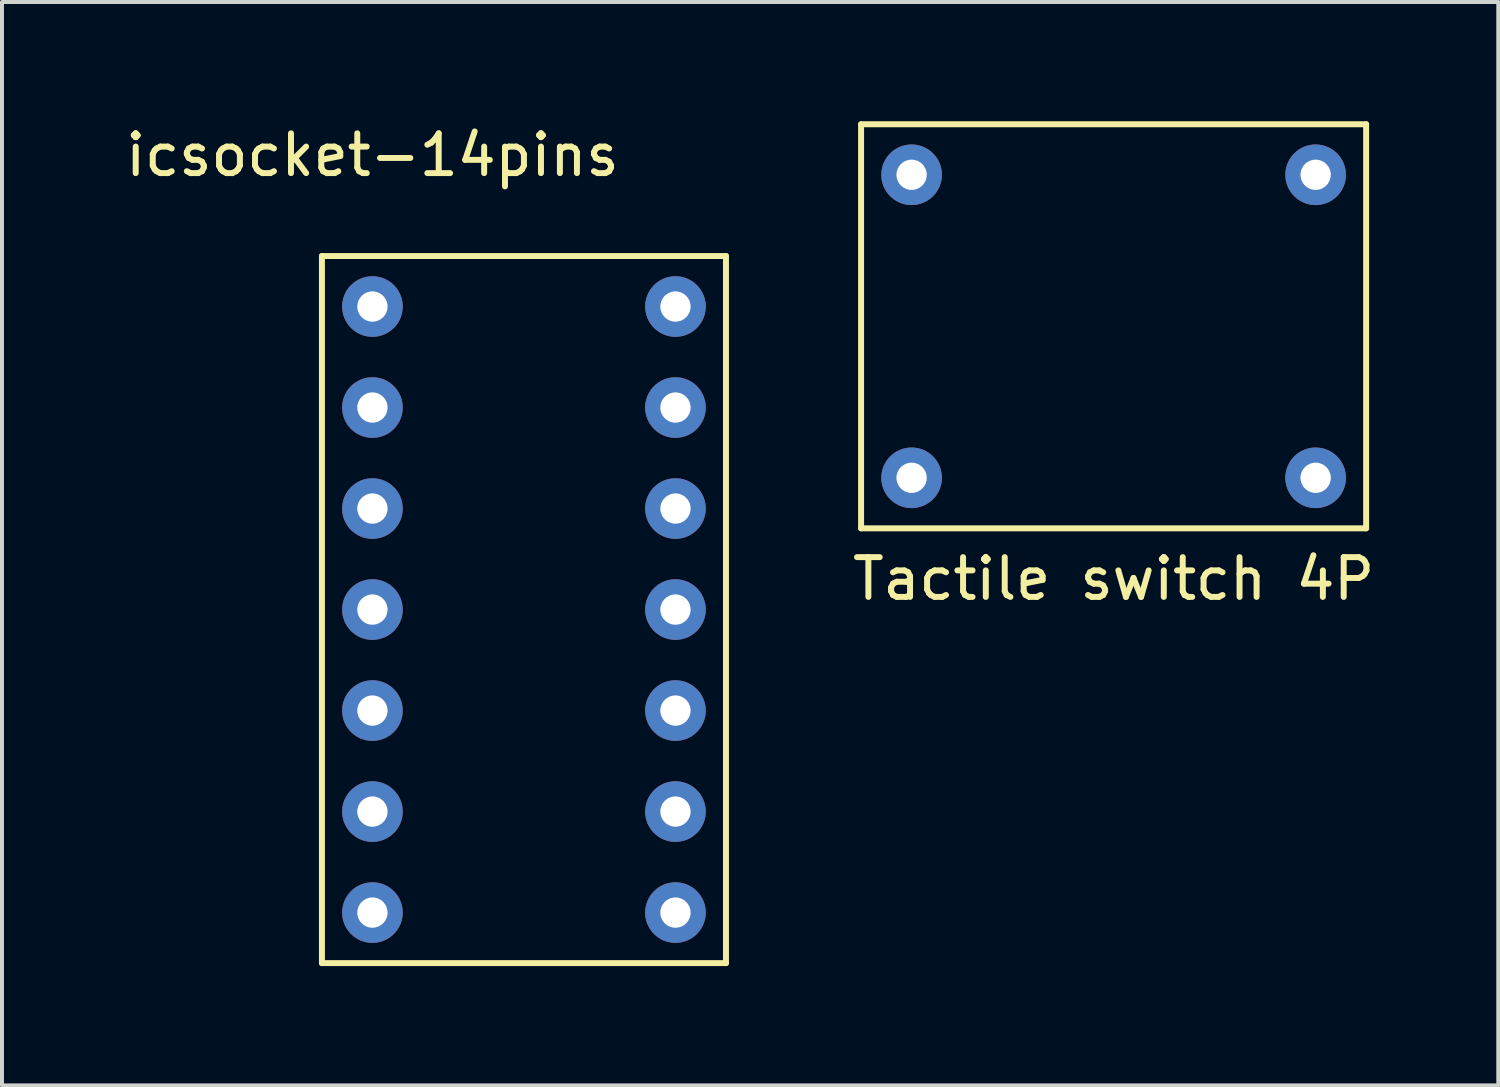
<source format=kicad_pcb>
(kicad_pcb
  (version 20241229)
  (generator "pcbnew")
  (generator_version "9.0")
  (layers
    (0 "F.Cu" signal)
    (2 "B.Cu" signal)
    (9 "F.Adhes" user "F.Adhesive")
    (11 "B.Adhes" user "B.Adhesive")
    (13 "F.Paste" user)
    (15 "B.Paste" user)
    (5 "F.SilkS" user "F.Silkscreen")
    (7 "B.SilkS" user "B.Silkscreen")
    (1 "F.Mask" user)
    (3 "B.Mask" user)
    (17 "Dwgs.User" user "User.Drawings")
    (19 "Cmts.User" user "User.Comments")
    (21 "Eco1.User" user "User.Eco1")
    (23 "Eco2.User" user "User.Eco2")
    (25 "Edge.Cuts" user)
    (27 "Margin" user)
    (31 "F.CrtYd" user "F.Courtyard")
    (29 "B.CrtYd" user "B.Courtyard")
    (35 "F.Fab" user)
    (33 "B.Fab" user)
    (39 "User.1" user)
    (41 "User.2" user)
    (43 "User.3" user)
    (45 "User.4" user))
  (footprint "Tactile switch 4P"
    (layer "F.Cu")
    (at 24.953 5.155)
    (property "Reference" "Tactile switch 4P" (at 0 6.35 0) (layer "F.SilkS") (effects (font (size 1 1) (thickness 0.15))))
    (attr through_hole)
    (fp_line (start -6.35 -5.08) (end -6.35 5.08) (stroke (width 0.15) (type solid)) (layer "F.SilkS"))
    (fp_line (start -6.35 5.08) (end 6.35 5.08) (stroke (width 0.15) (type solid)) (layer "F.SilkS"))
    (fp_line (start 6.35 -5.08) (end -6.35 -5.08) (stroke (width 0.15) (type solid)) (layer "F.SilkS"))
    (fp_line (start 6.35 5.08) (end 6.35 -5.08) (stroke (width 0.15) (type solid)) (layer "F.SilkS"))
    (pad "1" thru_hole circle (at -5.08 -3.81) (size 1.524 1.524) (drill 0.762) (layers "*.Cu" "*.Mask"))
    (pad "2" thru_hole circle (at -5.08 3.81) (size 1.524 1.524) (drill 0.762) (layers "*.Cu" "*.Mask"))
    (pad "3" thru_hole circle (at 5.08 -3.81) (size 1.524 1.524) (drill 0.762) (layers "*.Cu" "*.Mask"))
    (pad "4" thru_hole circle (at 5.08 3.81) (size 1.524 1.524) (drill 0.762) (layers "*.Cu" "*.Mask")))
  (footprint "icsocket-14pins"
    (layer "F.Cu")
    (at 10.125 12.278)
    (property "Reference" "icsocket-14pins" (at -3.81 -11.43 0) (layer "F.SilkS") (effects (font (size 1 1) (thickness 0.15))))
    (attr through_hole)
    (fp_line (start -5.08 -8.89) (end 5.08 -8.89) (stroke (width 0.15) (type solid)) (layer "F.SilkS"))
    (fp_line (start -5.08 8.89) (end -5.08 -8.89) (stroke (width 0.15) (type solid)) (layer "F.SilkS"))
    (fp_line (start 5.08 -8.89) (end 5.08 8.89) (stroke (width 0.15) (type solid)) (layer "F.SilkS"))
    (fp_line (start 5.08 8.89) (end -5.08 8.89) (stroke (width 0.15) (type solid)) (layer "F.SilkS"))
    (pad "1" thru_hole circle (at -3.81 -7.62) (size 1.524 1.524) (drill 0.762) (layers "*.Cu" "*.Mask"))
    (pad "2" thru_hole circle (at -3.81 -5.08) (size 1.524 1.524) (drill 0.762) (layers "*.Cu" "*.Mask"))
    (pad "3" thru_hole circle (at -3.81 -2.54) (size 1.524 1.524) (drill 0.762) (layers "*.Cu" "*.Mask"))
    (pad "4" thru_hole circle (at -3.81 0) (size 1.524 1.524) (drill 0.762) (layers "*.Cu" "*.Mask"))
    (pad "5" thru_hole circle (at -3.81 2.54) (size 1.524 1.524) (drill 0.762) (layers "*.Cu" "*.Mask"))
    (pad "6" thru_hole circle (at -3.81 5.08) (size 1.524 1.524) (drill 0.762) (layers "*.Cu" "*.Mask"))
    (pad "7" thru_hole circle (at -3.81 7.62) (size 1.524 1.524) (drill 0.762) (layers "*.Cu" "*.Mask"))
    (pad "8" thru_hole circle (at 3.81 7.62) (size 1.524 1.524) (drill 0.762) (layers "*.Cu" "*.Mask"))
    (pad "9" thru_hole circle (at 3.81 5.08) (size 1.524 1.524) (drill 0.762) (layers "*.Cu" "*.Mask"))
    (pad "10" thru_hole circle (at 3.81 2.54) (size 1.524 1.524) (drill 0.762) (layers "*.Cu" "*.Mask"))
    (pad "11" thru_hole circle (at 3.81 0) (size 1.524 1.524) (drill 0.762) (layers "*.Cu" "*.Mask"))
    (pad "12" thru_hole circle (at 3.81 -2.54) (size 1.524 1.524) (drill 0.762) (layers "*.Cu" "*.Mask"))
    (pad "13" thru_hole circle (at 3.81 -5.08) (size 1.524 1.524) (drill 0.762) (layers "*.Cu" "*.Mask"))
    (pad "14" thru_hole circle (at 3.81 -7.62) (size 1.524 1.524) (drill 0.762) (layers "*.Cu" "*.Mask")))
  (gr_rect
    (start -3 -3)
    (end 34.626 24.243)
    (stroke (width 0.1) (type default))
    (fill no)
    (layer "Edge.Cuts")))
</source>
